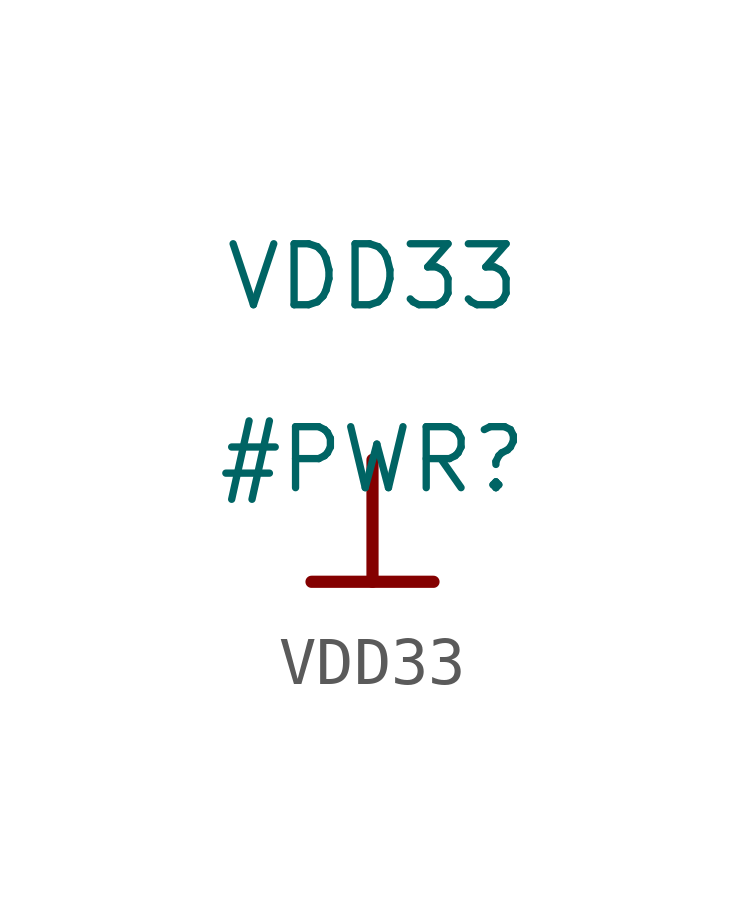
<source format=kicad_sym>
(kicad_symbol_lib
  (version 20220102)
  (generator kicad_symbol_editor)
  (symbol "VDD33"
    (power)
    (property "Reference" "#PWR"
      (at 0 0 0)
      (effects (font (size 1.27 1.27))))
    (property "Value" "VDD33"
      (at 0 3.81 0)
      (effects (font (size 1.27 1.27))))
    (symbol "VDD33_0_0"
      (polyline (pts (xy -1.27 -2.54) (xy 1.27 -2.54)) (stroke (width 0.254) (type default)) (fill (type none)))
      (polyline (pts (xy 0 0) (xy 0 -2.54)) (stroke (width 0.254) (type default)) (fill (type none)))
      (pin power_in line (at 0 0 0) (length 0) hide (name "VDD33" (effects (font (size 1.27 1.27)))) (number "" (effects (font (size 1.27 1.27))))))))
</source>
